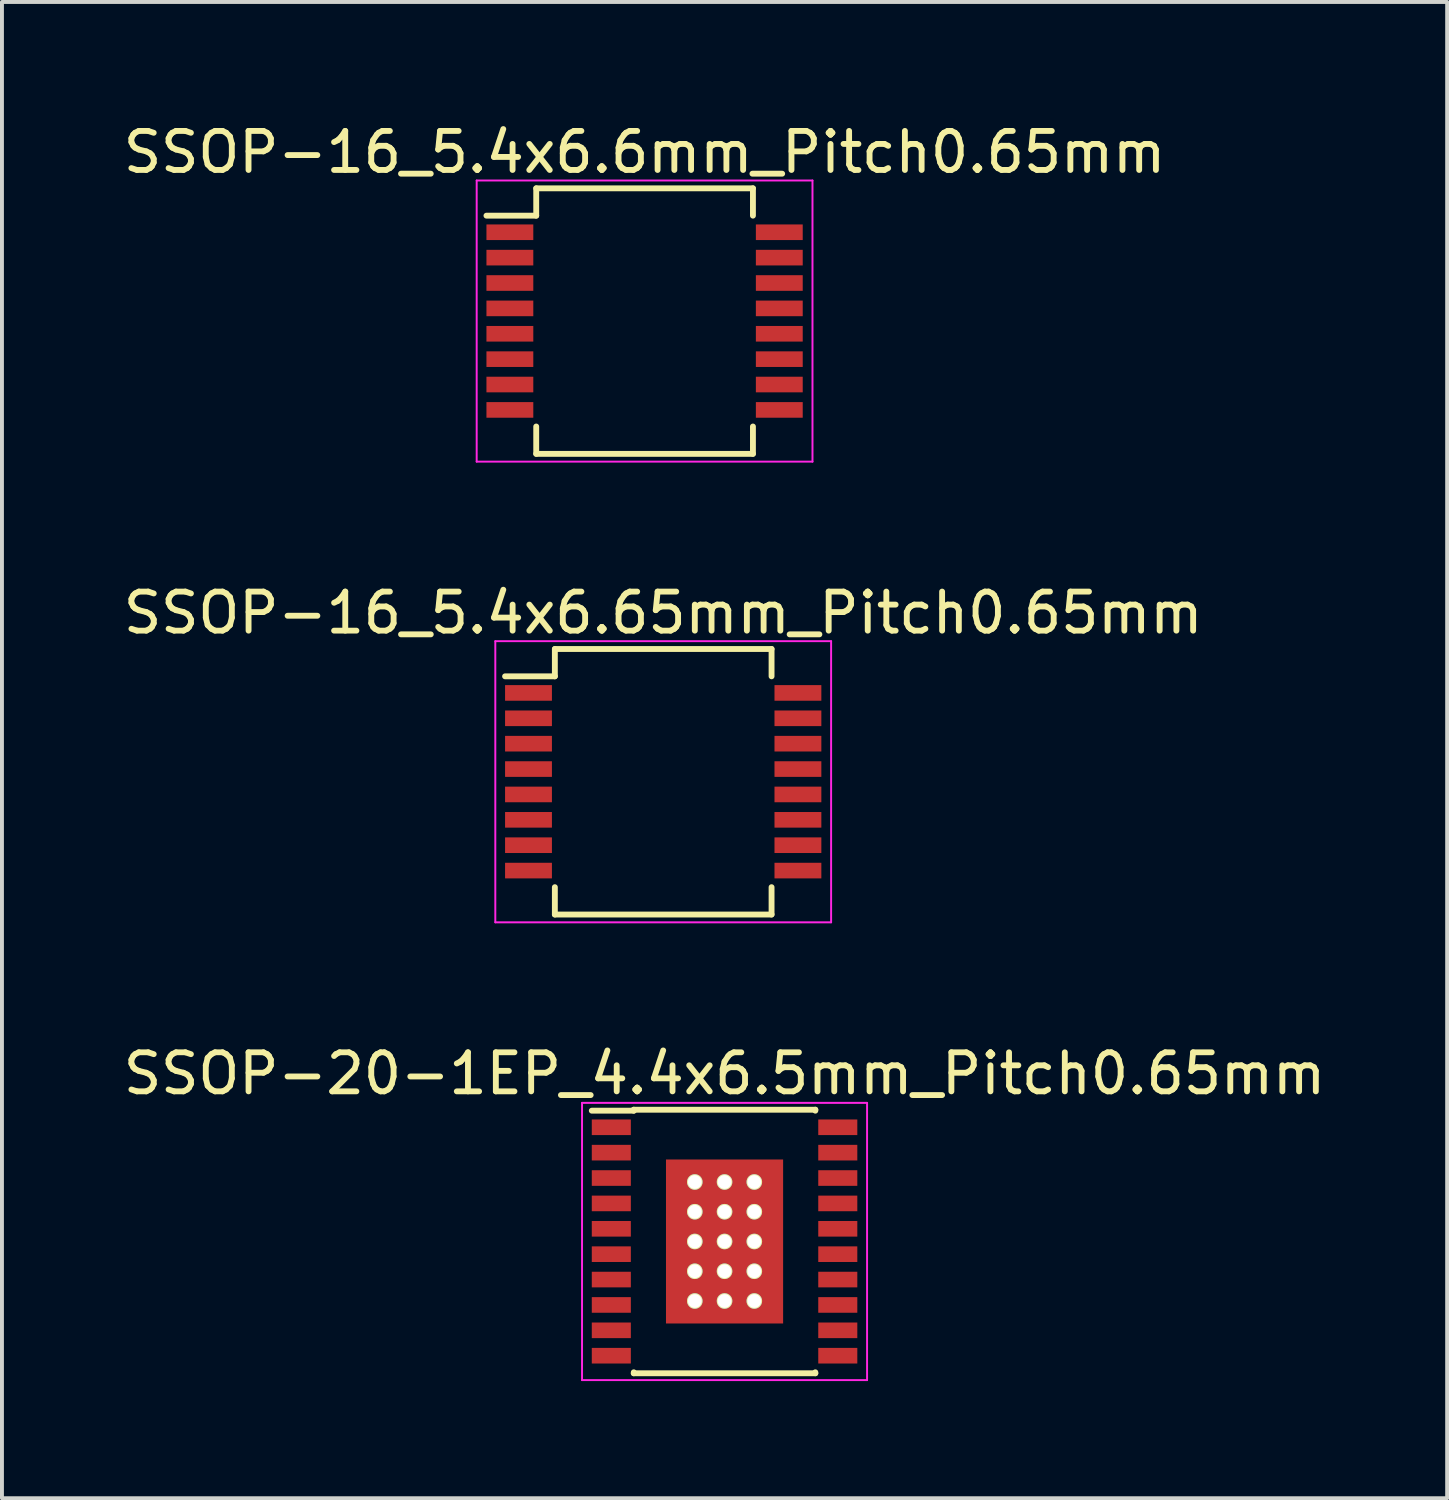
<source format=kicad_pcb>
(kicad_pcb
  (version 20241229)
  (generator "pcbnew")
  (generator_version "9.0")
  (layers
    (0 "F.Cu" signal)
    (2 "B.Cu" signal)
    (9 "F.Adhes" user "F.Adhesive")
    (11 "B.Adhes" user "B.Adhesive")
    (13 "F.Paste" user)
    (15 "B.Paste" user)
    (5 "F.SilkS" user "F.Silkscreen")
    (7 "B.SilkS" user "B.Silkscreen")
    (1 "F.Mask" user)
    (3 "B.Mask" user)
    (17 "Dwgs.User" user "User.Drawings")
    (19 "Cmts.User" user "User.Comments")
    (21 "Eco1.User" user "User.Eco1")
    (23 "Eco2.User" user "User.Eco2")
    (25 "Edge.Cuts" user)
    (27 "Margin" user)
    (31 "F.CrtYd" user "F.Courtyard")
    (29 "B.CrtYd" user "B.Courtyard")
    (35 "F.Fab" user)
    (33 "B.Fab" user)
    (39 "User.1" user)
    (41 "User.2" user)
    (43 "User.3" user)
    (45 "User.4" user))
  (footprint "SSOP-20-1EP_4.4x6.5mm_Pitch0.65mm"
    (layer "F.Cu")
    (at 15.506 28.745)
    (property "Reference" "SSOP-20-1EP_4.4x6.5mm_Pitch0.65mm" (at 0 -4.3 0) (layer "F.SilkS") (effects (font (size 1 1) (thickness 0.15))))
    (attr smd)
    (fp_line (start -2.325 -3.375) (end -2.325 -3.35) (stroke (width 0.15) (type solid)) (layer "F.SilkS"))
    (fp_line (start -2.325 -3.375) (end 2.325 -3.375) (stroke (width 0.15) (type solid)) (layer "F.SilkS"))
    (fp_line (start -2.325 -3.35) (end -3.4 -3.35) (stroke (width 0.15) (type solid)) (layer "F.SilkS"))
    (fp_line (start -2.325 3.375) (end -2.325 3.35) (stroke (width 0.15) (type solid)) (layer "F.SilkS"))
    (fp_line (start -2.325 3.375) (end 2.325 3.375) (stroke (width 0.15) (type solid)) (layer "F.SilkS"))
    (fp_line (start 2.325 -3.375) (end 2.325 -3.35) (stroke (width 0.15) (type solid)) (layer "F.SilkS"))
    (fp_line (start 2.325 3.375) (end 2.325 3.35) (stroke (width 0.15) (type solid)) (layer "F.SilkS"))
    (fp_line (start -3.65 -3.55) (end -3.65 3.55) (stroke (width 0.05) (type solid)) (layer "F.CrtYd"))
    (fp_line (start -3.65 -3.55) (end 3.65 -3.55) (stroke (width 0.05) (type solid)) (layer "F.CrtYd"))
    (fp_line (start -3.65 3.55) (end 3.65 3.55) (stroke (width 0.05) (type solid)) (layer "F.CrtYd"))
    (fp_line (start 3.65 -3.55) (end 3.65 3.55) (stroke (width 0.05) (type solid)) (layer "F.CrtYd"))
    (pad "1" smd rect (at -2.9 -2.925) (size 1 0.4) (layers "F.Cu" "F.Mask" "F.Paste"))
    (pad "2" smd rect (at -2.9 -2.275) (size 1 0.4) (layers "F.Cu" "F.Mask" "F.Paste"))
    (pad "3" smd rect (at -2.9 -1.625) (size 1 0.4) (layers "F.Cu" "F.Mask" "F.Paste"))
    (pad "4" smd rect (at -2.9 -0.975) (size 1 0.4) (layers "F.Cu" "F.Mask" "F.Paste"))
    (pad "5" smd rect (at -2.9 -0.325) (size 1 0.4) (layers "F.Cu" "F.Mask" "F.Paste"))
    (pad "6" smd rect (at -2.9 0.325) (size 1 0.4) (layers "F.Cu" "F.Mask" "F.Paste"))
    (pad "7" smd rect (at -2.9 0.975) (size 1 0.4) (layers "F.Cu" "F.Mask" "F.Paste"))
    (pad "8" smd rect (at -2.9 1.625) (size 1 0.4) (layers "F.Cu" "F.Mask" "F.Paste"))
    (pad "9" smd rect (at -2.9 2.275) (size 1 0.4) (layers "F.Cu" "F.Mask" "F.Paste"))
    (pad "10" smd rect (at -2.9 2.925) (size 1 0.4) (layers "F.Cu" "F.Mask" "F.Paste"))
    (pad "11" smd rect (at 2.9 2.925) (size 1 0.4) (layers "F.Cu" "F.Mask" "F.Paste"))
    (pad "12" smd rect (at 2.9 2.275) (size 1 0.4) (layers "F.Cu" "F.Mask" "F.Paste"))
    (pad "13" smd rect (at 2.9 1.625) (size 1 0.4) (layers "F.Cu" "F.Mask" "F.Paste"))
    (pad "14" smd rect (at 2.9 0.975) (size 1 0.4) (layers "F.Cu" "F.Mask" "F.Paste"))
    (pad "15" smd rect (at 2.9 0.325) (size 1 0.4) (layers "F.Cu" "F.Mask" "F.Paste"))
    (pad "16" smd rect (at 2.9 -0.325) (size 1 0.4) (layers "F.Cu" "F.Mask" "F.Paste"))
    (pad "17" smd rect (at 2.9 -0.975) (size 1 0.4) (layers "F.Cu" "F.Mask" "F.Paste"))
    (pad "18" smd rect (at 2.9 -1.625) (size 1 0.4) (layers "F.Cu" "F.Mask" "F.Paste"))
    (pad "19" smd rect (at 2.9 -2.275) (size 1 0.4) (layers "F.Cu" "F.Mask" "F.Paste"))
    (pad "20" smd rect (at 2.9 -2.925) (size 1 0.4) (layers "F.Cu" "F.Mask" "F.Paste"))
    (pad "EP" thru_hole circle (at -0.762 -1.524) (size 0.4 0.4) (drill 0.35) (layers "*.Cu" "*.Mask" "F.SilkS"))
    (pad "EP" thru_hole circle (at -0.762 -0.762) (size 0.4 0.4) (drill 0.35) (layers "*.Cu" "*.Mask" "F.SilkS"))
    (pad "EP" thru_hole circle (at -0.762 0) (size 0.4 0.4) (drill 0.35) (layers "*.Cu" "*.Mask" "F.SilkS"))
    (pad "EP" thru_hole circle (at -0.762 0.762) (size 0.4 0.4) (drill 0.35) (layers "*.Cu" "*.Mask" "F.SilkS"))
    (pad "EP" thru_hole circle (at -0.762 1.524) (size 0.4 0.4) (drill 0.35) (layers "*.Cu" "*.Mask" "F.SilkS"))
    (pad "EP" thru_hole circle (at 0 -1.524) (size 0.4 0.4) (drill 0.35) (layers "*.Cu" "*.Mask" "F.SilkS"))
    (pad "EP" thru_hole circle (at 0 -0.762) (size 0.4 0.4) (drill 0.35) (layers "*.Cu" "*.Mask" "F.SilkS"))
    (pad "EP" thru_hole circle (at 0 0) (size 0.4 0.4) (drill 0.35) (layers "*.Cu" "*.Mask" "F.SilkS"))
    (pad "EP" smd rect (at 0 0) (size 3 4.2) (layers "F.Cu" "F.Mask" "F.Paste"))
    (pad "EP" thru_hole circle (at 0 0.762) (size 0.4 0.4) (drill 0.35) (layers "*.Cu" "*.Mask" "F.SilkS"))
    (pad "EP" thru_hole circle (at 0 1.524) (size 0.4 0.4) (drill 0.35) (layers "*.Cu" "*.Mask" "F.SilkS"))
    (pad "EP" thru_hole circle (at 0.762 -1.524) (size 0.4 0.4) (drill 0.35) (layers "*.Cu" "*.Mask" "F.SilkS"))
    (pad "EP" thru_hole circle (at 0.762 -0.762) (size 0.4 0.4) (drill 0.35) (layers "*.Cu" "*.Mask" "F.SilkS"))
    (pad "EP" thru_hole circle (at 0.762 0) (size 0.4 0.4) (drill 0.35) (layers "*.Cu" "*.Mask" "F.SilkS"))
    (pad "EP" thru_hole circle (at 0.762 0.762) (size 0.4 0.4) (drill 0.35) (layers "*.Cu" "*.Mask" "F.SilkS"))
    (pad "EP" thru_hole circle (at 0.762 1.524) (size 0.4 0.4) (drill 0.35) (layers "*.Cu" "*.Mask" "F.SilkS")))
  (footprint "SSOP-16_5.4x6.65mm_Pitch0.65mm"
    (layer "F.Cu")
    (at 13.935 16.971)
    (property "Reference" "SSOP-16_5.4x6.65mm_Pitch0.65mm" (at 0 -4.325 0) (layer "F.SilkS") (effects (font (size 1 1) (thickness 0.15))))
    (attr smd)
    (fp_line (start -2.775 -3.4) (end -2.775 -2.7) (stroke (width 0.15) (type solid)) (layer "F.SilkS"))
    (fp_line (start -2.775 -3.4) (end 2.775 -3.4) (stroke (width 0.15) (type solid)) (layer "F.SilkS"))
    (fp_line (start -2.775 -2.7) (end -4.05 -2.7) (stroke (width 0.15) (type solid)) (layer "F.SilkS"))
    (fp_line (start -2.775 3.4) (end -2.775 2.7) (stroke (width 0.15) (type solid)) (layer "F.SilkS"))
    (fp_line (start -2.775 3.4) (end 2.775 3.4) (stroke (width 0.15) (type solid)) (layer "F.SilkS"))
    (fp_line (start 2.775 -3.4) (end 2.775 -2.7) (stroke (width 0.15) (type solid)) (layer "F.SilkS"))
    (fp_line (start 2.775 3.4) (end 2.775 2.7) (stroke (width 0.15) (type solid)) (layer "F.SilkS"))
    (fp_line (start -4.3 -3.6) (end -4.3 3.6) (stroke (width 0.05) (type solid)) (layer "F.CrtYd"))
    (fp_line (start -4.3 -3.6) (end 4.3 -3.6) (stroke (width 0.05) (type solid)) (layer "F.CrtYd"))
    (fp_line (start -4.3 3.6) (end 4.3 3.6) (stroke (width 0.05) (type solid)) (layer "F.CrtYd"))
    (fp_line (start 4.3 -3.6) (end 4.3 3.6) (stroke (width 0.05) (type solid)) (layer "F.CrtYd"))
    (pad "1" smd rect (at -3.45 -2.275) (size 1.2 0.4) (layers "F.Cu" "F.Mask" "F.Paste"))
    (pad "2" smd rect (at -3.45 -1.625) (size 1.2 0.4) (layers "F.Cu" "F.Mask" "F.Paste"))
    (pad "3" smd rect (at -3.45 -0.975) (size 1.2 0.4) (layers "F.Cu" "F.Mask" "F.Paste"))
    (pad "4" smd rect (at -3.45 -0.325) (size 1.2 0.4) (layers "F.Cu" "F.Mask" "F.Paste"))
    (pad "5" smd rect (at -3.45 0.325) (size 1.2 0.4) (layers "F.Cu" "F.Mask" "F.Paste"))
    (pad "6" smd rect (at -3.45 0.975) (size 1.2 0.4) (layers "F.Cu" "F.Mask" "F.Paste"))
    (pad "7" smd rect (at -3.45 1.625) (size 1.2 0.4) (layers "F.Cu" "F.Mask" "F.Paste"))
    (pad "8" smd rect (at -3.45 2.275) (size 1.2 0.4) (layers "F.Cu" "F.Mask" "F.Paste"))
    (pad "9" smd rect (at 3.45 2.275) (size 1.2 0.4) (layers "F.Cu" "F.Mask" "F.Paste"))
    (pad "10" smd rect (at 3.45 1.625) (size 1.2 0.4) (layers "F.Cu" "F.Mask" "F.Paste"))
    (pad "11" smd rect (at 3.45 0.975) (size 1.2 0.4) (layers "F.Cu" "F.Mask" "F.Paste"))
    (pad "12" smd rect (at 3.45 0.325) (size 1.2 0.4) (layers "F.Cu" "F.Mask" "F.Paste"))
    (pad "13" smd rect (at 3.45 -0.325) (size 1.2 0.4) (layers "F.Cu" "F.Mask" "F.Paste"))
    (pad "14" smd rect (at 3.45 -0.975) (size 1.2 0.4) (layers "F.Cu" "F.Mask" "F.Paste"))
    (pad "15" smd rect (at 3.45 -1.625) (size 1.2 0.4) (layers "F.Cu" "F.Mask" "F.Paste"))
    (pad "16" smd rect (at 3.45 -2.275) (size 1.2 0.4) (layers "F.Cu" "F.Mask" "F.Paste")))
  (footprint "SSOP-16_5.4x6.6mm_Pitch0.65mm"
    (layer "F.Cu")
    (at 13.458 5.173)
    (property "Reference" "SSOP-16_5.4x6.6mm_Pitch0.65mm" (at 0 -4.325 0) (layer "F.SilkS") (effects (font (size 1 1) (thickness 0.15))))
    (attr smd)
    (fp_line (start -2.775 -3.4) (end -2.775 -2.7) (stroke (width 0.15) (type solid)) (layer "F.SilkS"))
    (fp_line (start -2.775 -3.4) (end 2.775 -3.4) (stroke (width 0.15) (type solid)) (layer "F.SilkS"))
    (fp_line (start -2.775 -2.7) (end -4.05 -2.7) (stroke (width 0.15) (type solid)) (layer "F.SilkS"))
    (fp_line (start -2.775 3.4) (end -2.775 2.7) (stroke (width 0.15) (type solid)) (layer "F.SilkS"))
    (fp_line (start -2.775 3.4) (end 2.775 3.4) (stroke (width 0.15) (type solid)) (layer "F.SilkS"))
    (fp_line (start 2.775 -3.4) (end 2.775 -2.7) (stroke (width 0.15) (type solid)) (layer "F.SilkS"))
    (fp_line (start 2.775 3.4) (end 2.775 2.7) (stroke (width 0.15) (type solid)) (layer "F.SilkS"))
    (fp_line (start -4.3 -3.6) (end -4.3 3.6) (stroke (width 0.05) (type solid)) (layer "F.CrtYd"))
    (fp_line (start -4.3 -3.6) (end 4.3 -3.6) (stroke (width 0.05) (type solid)) (layer "F.CrtYd"))
    (fp_line (start -4.3 3.6) (end 4.3 3.6) (stroke (width 0.05) (type solid)) (layer "F.CrtYd"))
    (fp_line (start 4.3 -3.6) (end 4.3 3.6) (stroke (width 0.05) (type solid)) (layer "F.CrtYd"))
    (pad "1" smd rect (at -3.45 -2.275) (size 1.2 0.4) (layers "F.Cu" "F.Mask" "F.Paste"))
    (pad "2" smd rect (at -3.45 -1.625) (size 1.2 0.4) (layers "F.Cu" "F.Mask" "F.Paste"))
    (pad "3" smd rect (at -3.45 -0.975) (size 1.2 0.4) (layers "F.Cu" "F.Mask" "F.Paste"))
    (pad "4" smd rect (at -3.45 -0.325) (size 1.2 0.4) (layers "F.Cu" "F.Mask" "F.Paste"))
    (pad "5" smd rect (at -3.45 0.325) (size 1.2 0.4) (layers "F.Cu" "F.Mask" "F.Paste"))
    (pad "6" smd rect (at -3.45 0.975) (size 1.2 0.4) (layers "F.Cu" "F.Mask" "F.Paste"))
    (pad "7" smd rect (at -3.45 1.625) (size 1.2 0.4) (layers "F.Cu" "F.Mask" "F.Paste"))
    (pad "8" smd rect (at -3.45 2.275) (size 1.2 0.4) (layers "F.Cu" "F.Mask" "F.Paste"))
    (pad "9" smd rect (at 3.45 2.275) (size 1.2 0.4) (layers "F.Cu" "F.Mask" "F.Paste"))
    (pad "10" smd rect (at 3.45 1.625) (size 1.2 0.4) (layers "F.Cu" "F.Mask" "F.Paste"))
    (pad "11" smd rect (at 3.45 0.975) (size 1.2 0.4) (layers "F.Cu" "F.Mask" "F.Paste"))
    (pad "12" smd rect (at 3.45 0.325) (size 1.2 0.4) (layers "F.Cu" "F.Mask" "F.Paste"))
    (pad "13" smd rect (at 3.45 -0.325) (size 1.2 0.4) (layers "F.Cu" "F.Mask" "F.Paste"))
    (pad "14" smd rect (at 3.45 -0.975) (size 1.2 0.4) (layers "F.Cu" "F.Mask" "F.Paste"))
    (pad "15" smd rect (at 3.45 -1.625) (size 1.2 0.4) (layers "F.Cu" "F.Mask" "F.Paste"))
    (pad "16" smd rect (at 3.45 -2.275) (size 1.2 0.4) (layers "F.Cu" "F.Mask" "F.Paste")))
  (gr_rect
    (start -3 -3)
    (end 34.012 35.32)
    (stroke (width 0.1) (type default))
    (fill no)
    (layer "Edge.Cuts")))
</source>
